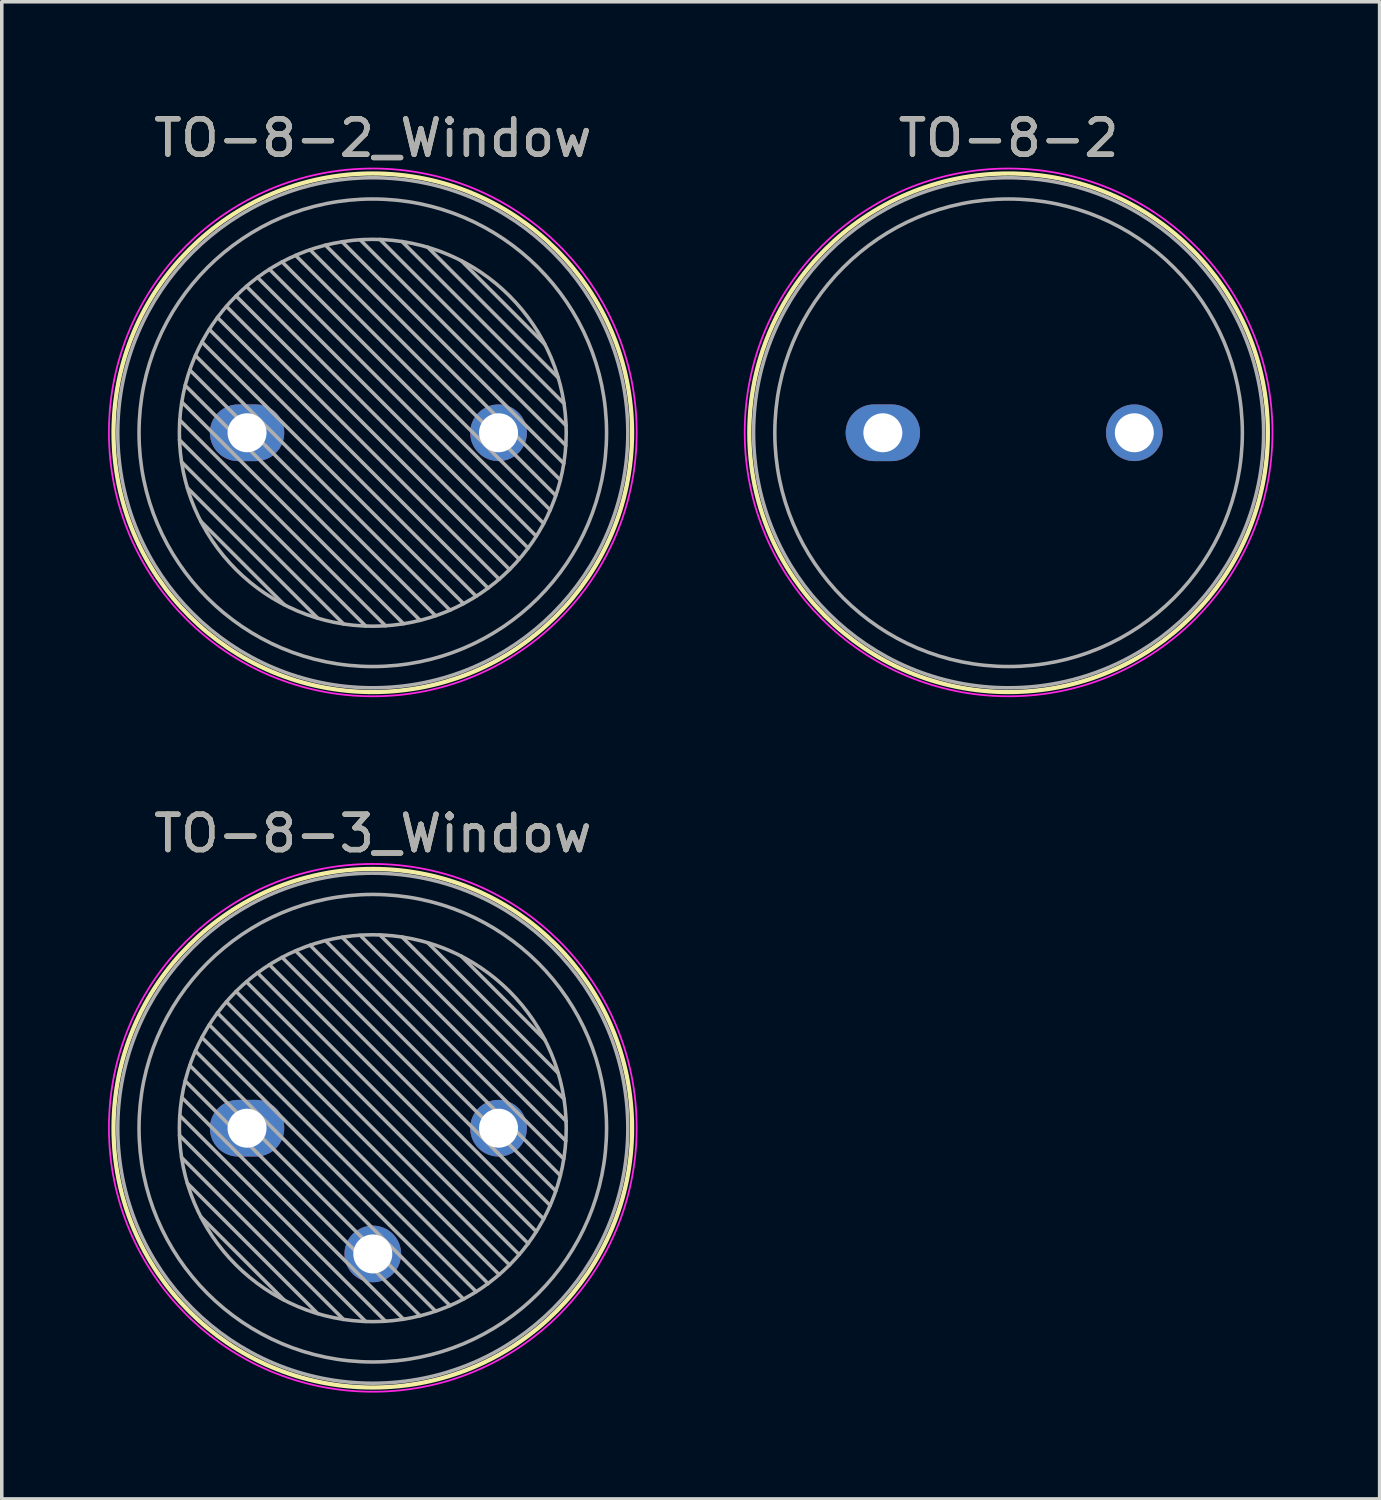
<source format=kicad_pcb>
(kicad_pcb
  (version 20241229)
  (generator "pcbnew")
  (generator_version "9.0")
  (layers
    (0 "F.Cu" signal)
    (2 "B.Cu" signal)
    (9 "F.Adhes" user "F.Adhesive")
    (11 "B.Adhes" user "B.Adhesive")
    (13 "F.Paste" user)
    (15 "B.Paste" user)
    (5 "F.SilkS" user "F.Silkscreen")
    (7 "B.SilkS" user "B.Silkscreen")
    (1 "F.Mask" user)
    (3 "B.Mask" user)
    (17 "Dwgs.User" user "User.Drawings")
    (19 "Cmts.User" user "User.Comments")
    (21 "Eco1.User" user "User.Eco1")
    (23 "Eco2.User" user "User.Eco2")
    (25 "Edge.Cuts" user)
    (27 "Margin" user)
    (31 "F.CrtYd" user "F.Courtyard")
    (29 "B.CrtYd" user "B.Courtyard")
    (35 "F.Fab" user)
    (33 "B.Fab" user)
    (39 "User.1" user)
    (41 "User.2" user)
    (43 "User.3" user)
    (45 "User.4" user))
  (footprint "TO-8-2"
    (layer "F.Cu")
    (at 21.875 9.168)
    (property "Reference" "TO-8-2" (at 3.55 -8.32 0) (layer "F.SilkS") (effects (font (size 1 1) (thickness 0.15))))
    (attr through_hole)
    (fp_circle (center 3.55 0) (end 10.87 0) (stroke (width 0.12) (type solid)) (fill no) (layer "F.SilkS"))
    (fp_circle (center 3.55 -0.01) (end 11 -0.01) (stroke (width 0.05) (type solid)) (fill no) (layer "F.CrtYd"))
    (fp_circle (center 3.55 0) (end 10.15 0) (stroke (width 0.1) (type solid)) (fill no) (layer "F.Fab"))
    (fp_circle (center 3.55 0) (end 10.75 0) (stroke (width 0.1) (type solid)) (fill no) (layer "F.Fab"))
    (fp_text user "${REFERENCE}" (at 3.55 -8.32 0) (layer "F.Fab") (effects (font (size 1 1) (thickness 0.15))))
    (pad "1" thru_hole oval (at 0 0) (size 2.1 1.6) (drill 1.1) (layers "*.Cu" "*.Mask"))
    (pad "2" thru_hole oval (at 7.1 0) (size 1.6 1.6) (drill 1.1) (layers "*.Cu" "*.Mask")))
  (footprint "TO-8-2_Window"
    (layer "F.Cu")
    (at 3.925 9.168)
    (property "Reference" "TO-8-2_Window" (at 3.55 -8.32 0) (layer "F.SilkS") (effects (font (size 1 1) (thickness 0.15))))
    (attr through_hole)
    (fp_circle (center 3.55 0) (end 10.87 0) (stroke (width 0.12) (type solid)) (fill no) (layer "F.SilkS"))
    (fp_circle (center 3.55 -0.01) (end 11 -0.01) (stroke (width 0.05) (type solid)) (fill no) (layer "F.CrtYd"))
    (fp_line (start -1.908 0.2) (end 3.35 5.458) (stroke (width 0.1) (type solid)) (layer "F.Fab"))
    (fp_line (start -1.9 -0.359) (end 3.909 5.45) (stroke (width 0.1) (type solid)) (layer "F.Fab"))
    (fp_line (start -1.849 0.825) (end 2.725 5.399) (stroke (width 0.1) (type solid)) (layer "F.Fab"))
    (fp_line (start -1.842 -0.867) (end 4.417 5.392) (stroke (width 0.1) (type solid)) (layer "F.Fab"))
    (fp_line (start -1.746 -1.336) (end 4.886 5.296) (stroke (width 0.1) (type solid)) (layer "F.Fab"))
    (fp_line (start -1.686 1.553) (end 1.997 5.236) (stroke (width 0.1) (type solid)) (layer "F.Fab"))
    (fp_line (start -1.616 -1.772) (end 5.322 5.166) (stroke (width 0.1) (type solid)) (layer "F.Fab"))
    (fp_line (start -1.458 -2.18) (end 5.73 5.008) (stroke (width 0.1) (type solid)) (layer "F.Fab"))
    (fp_line (start -1.307 2.498) (end 1.052 4.857) (stroke (width 0.1) (type solid)) (layer "F.Fab"))
    (fp_line (start -1.274 -2.561) (end 6.111 4.824) (stroke (width 0.1) (type solid)) (layer "F.Fab"))
    (fp_line (start -1.066 -2.919) (end 6.469 4.616) (stroke (width 0.1) (type solid)) (layer "F.Fab"))
    (fp_line (start -0.836 -3.255) (end 6.805 4.386) (stroke (width 0.1) (type solid)) (layer "F.Fab"))
    (fp_line (start -0.584 -3.569) (end 7.119 4.134) (stroke (width 0.1) (type solid)) (layer "F.Fab"))
    (fp_line (start -0.312 -3.862) (end 7.412 3.862) (stroke (width 0.1) (type solid)) (layer "F.Fab"))
    (fp_line (start -0.019 -4.134) (end 7.684 3.569) (stroke (width 0.1) (type solid)) (layer "F.Fab"))
    (fp_line (start 0.295 -4.386) (end 7.936 3.255) (stroke (width 0.1) (type solid)) (layer "F.Fab"))
    (fp_line (start 0.631 -4.616) (end 8.166 2.919) (stroke (width 0.1) (type solid)) (layer "F.Fab"))
    (fp_line (start 0.989 -4.824) (end 8.374 2.561) (stroke (width 0.1) (type solid)) (layer "F.Fab"))
    (fp_line (start 1.37 -5.008) (end 8.558 2.18) (stroke (width 0.1) (type solid)) (layer "F.Fab"))
    (fp_line (start 1.778 -5.166) (end 8.716 1.772) (stroke (width 0.1) (type solid)) (layer "F.Fab"))
    (fp_line (start 2.214 -5.296) (end 8.846 1.336) (stroke (width 0.1) (type solid)) (layer "F.Fab"))
    (fp_line (start 2.683 -5.392) (end 8.942 0.867) (stroke (width 0.1) (type solid)) (layer "F.Fab"))
    (fp_line (start 3.191 -5.45) (end 9 0.359) (stroke (width 0.1) (type solid)) (layer "F.Fab"))
    (fp_line (start 3.75 -5.458) (end 9.008 -0.2) (stroke (width 0.1) (type solid)) (layer "F.Fab"))
    (fp_line (start 4.375 -5.399) (end 8.949 -0.825) (stroke (width 0.1) (type solid)) (layer "F.Fab"))
    (fp_line (start 5.103 -5.236) (end 8.786 -1.553) (stroke (width 0.1) (type solid)) (layer "F.Fab"))
    (fp_line (start 6.048 -4.857) (end 8.407 -2.498) (stroke (width 0.1) (type solid)) (layer "F.Fab"))
    (fp_circle (center 3.55 0) (end 9.011 0) (stroke (width 0.1) (type solid)) (fill no) (layer "F.Fab"))
    (fp_circle (center 3.55 0) (end 10.15 0) (stroke (width 0.1) (type solid)) (fill no) (layer "F.Fab"))
    (fp_circle (center 3.55 0) (end 10.75 0) (stroke (width 0.1) (type solid)) (fill no) (layer "F.Fab"))
    (fp_text user "${REFERENCE}" (at 3.55 -8.32 0) (layer "F.Fab") (effects (font (size 1 1) (thickness 0.15))))
    (pad "1" thru_hole oval (at 0 0) (size 2.1 1.6) (drill 1.1) (layers "*.Cu" "*.Mask"))
    (pad "2" thru_hole oval (at 7.1 0) (size 1.6 1.6) (drill 1.1) (layers "*.Cu" "*.Mask")))
  (footprint "TO-8-3_Window"
    (layer "F.Cu")
    (at 3.925 28.802)
    (property "Reference" "TO-8-3_Window" (at 3.55 -8.32 0) (layer "F.SilkS") (effects (font (size 1 1) (thickness 0.15))))
    (attr through_hole)
    (fp_circle (center 3.55 0) (end 10.87 0) (stroke (width 0.12) (type solid)) (fill no) (layer "F.SilkS"))
    (fp_circle (center 3.55 -0.01) (end 11 -0.01) (stroke (width 0.05) (type solid)) (fill no) (layer "F.CrtYd"))
    (fp_line (start -1.908 0.2) (end 3.35 5.458) (stroke (width 0.1) (type solid)) (layer "F.Fab"))
    (fp_line (start -1.9 -0.359) (end 3.909 5.45) (stroke (width 0.1) (type solid)) (layer "F.Fab"))
    (fp_line (start -1.849 0.825) (end 2.725 5.399) (stroke (width 0.1) (type solid)) (layer "F.Fab"))
    (fp_line (start -1.842 -0.867) (end 4.417 5.392) (stroke (width 0.1) (type solid)) (layer "F.Fab"))
    (fp_line (start -1.746 -1.336) (end 4.886 5.296) (stroke (width 0.1) (type solid)) (layer "F.Fab"))
    (fp_line (start -1.686 1.553) (end 1.997 5.236) (stroke (width 0.1) (type solid)) (layer "F.Fab"))
    (fp_line (start -1.616 -1.772) (end 5.322 5.166) (stroke (width 0.1) (type solid)) (layer "F.Fab"))
    (fp_line (start -1.458 -2.18) (end 5.73 5.008) (stroke (width 0.1) (type solid)) (layer "F.Fab"))
    (fp_line (start -1.307 2.498) (end 1.052 4.857) (stroke (width 0.1) (type solid)) (layer "F.Fab"))
    (fp_line (start -1.274 -2.561) (end 6.111 4.824) (stroke (width 0.1) (type solid)) (layer "F.Fab"))
    (fp_line (start -1.066 -2.919) (end 6.469 4.616) (stroke (width 0.1) (type solid)) (layer "F.Fab"))
    (fp_line (start -0.836 -3.255) (end 6.805 4.386) (stroke (width 0.1) (type solid)) (layer "F.Fab"))
    (fp_line (start -0.584 -3.569) (end 7.119 4.134) (stroke (width 0.1) (type solid)) (layer "F.Fab"))
    (fp_line (start -0.312 -3.862) (end 7.412 3.862) (stroke (width 0.1) (type solid)) (layer "F.Fab"))
    (fp_line (start -0.019 -4.134) (end 7.684 3.569) (stroke (width 0.1) (type solid)) (layer "F.Fab"))
    (fp_line (start 0.295 -4.386) (end 7.936 3.255) (stroke (width 0.1) (type solid)) (layer "F.Fab"))
    (fp_line (start 0.631 -4.616) (end 8.166 2.919) (stroke (width 0.1) (type solid)) (layer "F.Fab"))
    (fp_line (start 0.989 -4.824) (end 8.374 2.561) (stroke (width 0.1) (type solid)) (layer "F.Fab"))
    (fp_line (start 1.37 -5.008) (end 8.558 2.18) (stroke (width 0.1) (type solid)) (layer "F.Fab"))
    (fp_line (start 1.778 -5.166) (end 8.716 1.772) (stroke (width 0.1) (type solid)) (layer "F.Fab"))
    (fp_line (start 2.214 -5.296) (end 8.846 1.336) (stroke (width 0.1) (type solid)) (layer "F.Fab"))
    (fp_line (start 2.683 -5.392) (end 8.942 0.867) (stroke (width 0.1) (type solid)) (layer "F.Fab"))
    (fp_line (start 3.191 -5.45) (end 9 0.359) (stroke (width 0.1) (type solid)) (layer "F.Fab"))
    (fp_line (start 3.75 -5.458) (end 9.008 -0.2) (stroke (width 0.1) (type solid)) (layer "F.Fab"))
    (fp_line (start 4.375 -5.399) (end 8.949 -0.825) (stroke (width 0.1) (type solid)) (layer "F.Fab"))
    (fp_line (start 5.103 -5.236) (end 8.786 -1.553) (stroke (width 0.1) (type solid)) (layer "F.Fab"))
    (fp_line (start 6.048 -4.857) (end 8.407 -2.498) (stroke (width 0.1) (type solid)) (layer "F.Fab"))
    (fp_circle (center 3.55 0) (end 9.011 0) (stroke (width 0.1) (type solid)) (fill no) (layer "F.Fab"))
    (fp_circle (center 3.55 0) (end 10.15 0) (stroke (width 0.1) (type solid)) (fill no) (layer "F.Fab"))
    (fp_circle (center 3.55 0) (end 10.75 0) (stroke (width 0.1) (type solid)) (fill no) (layer "F.Fab"))
    (fp_text user "${REFERENCE}" (at 3.55 -8.32 0) (layer "F.Fab") (effects (font (size 1 1) (thickness 0.15))))
    (pad "1" thru_hole oval (at 0 0) (size 2.1 1.6) (drill 1.1) (layers "*.Cu" "*.Mask"))
    (pad "2" thru_hole oval (at 3.55 3.55) (size 1.6 1.6) (drill 1.1) (layers "*.Cu" "*.Mask"))
    (pad "3" thru_hole oval (at 7.1 0) (size 1.6 1.6) (drill 1.1) (layers "*.Cu" "*.Mask")))
  (gr_rect
    (start -3 -3)
    (end 35.9 39.267)
    (stroke (width 0.1) (type default))
    (fill no)
    (layer "Edge.Cuts")))
</source>
